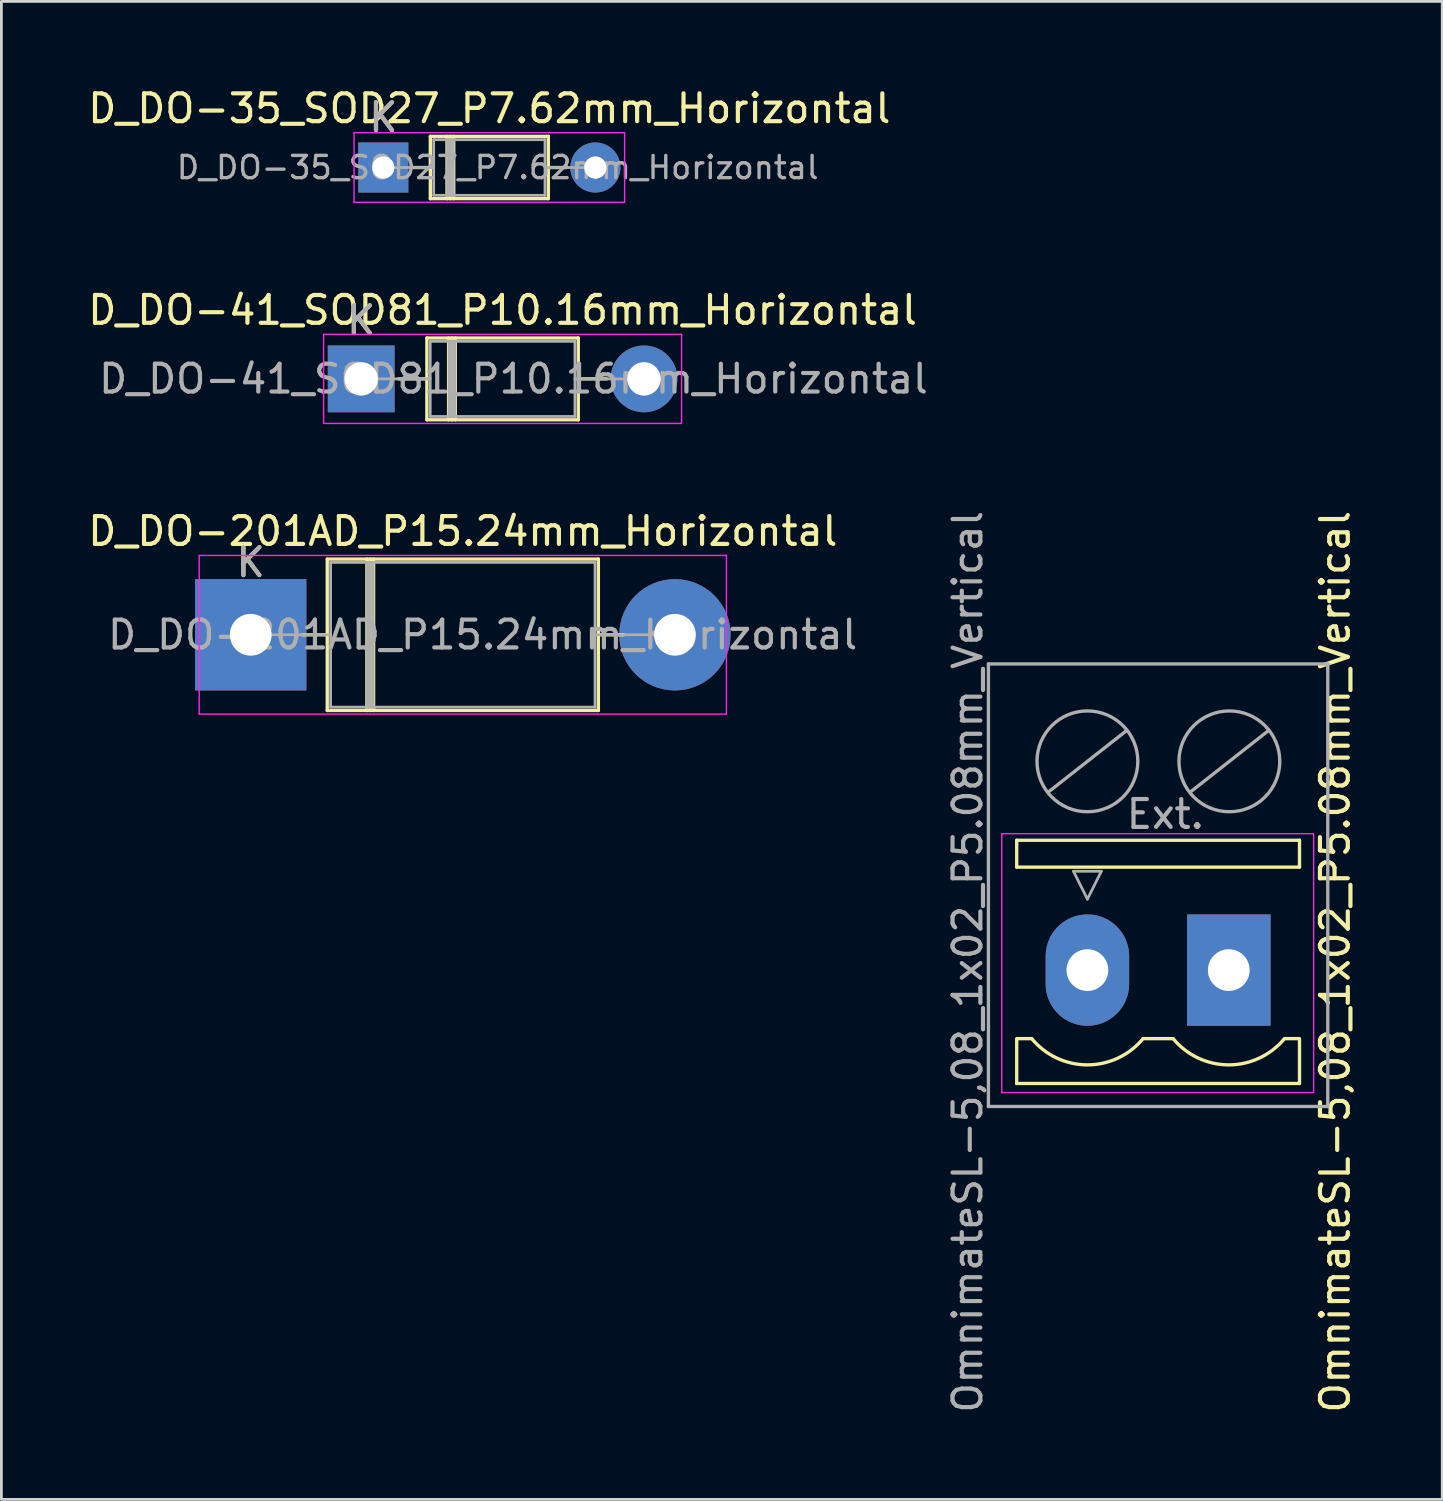
<source format=kicad_pcb>
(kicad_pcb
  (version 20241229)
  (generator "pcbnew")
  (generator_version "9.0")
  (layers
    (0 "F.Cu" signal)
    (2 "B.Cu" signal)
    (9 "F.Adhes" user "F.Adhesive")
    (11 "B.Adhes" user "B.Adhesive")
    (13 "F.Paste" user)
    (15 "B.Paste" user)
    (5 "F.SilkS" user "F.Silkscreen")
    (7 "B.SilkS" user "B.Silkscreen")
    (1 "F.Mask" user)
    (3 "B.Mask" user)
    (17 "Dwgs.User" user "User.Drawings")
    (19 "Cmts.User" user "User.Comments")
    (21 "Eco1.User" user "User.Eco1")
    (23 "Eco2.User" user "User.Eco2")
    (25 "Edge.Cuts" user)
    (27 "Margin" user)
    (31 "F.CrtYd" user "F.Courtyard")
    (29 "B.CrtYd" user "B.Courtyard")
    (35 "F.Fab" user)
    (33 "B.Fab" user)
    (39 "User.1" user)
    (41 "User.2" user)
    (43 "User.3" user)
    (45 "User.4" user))
  (footprint "D_DO-35_SOD27_P7.62mm_Horizontal"
    (layer "F.Cu")
    (at 10.72 2.968)
    (property "Reference" "D_DO-35_SOD27_P7.62mm_Horizontal" (at 3.81 -2.12 0) (layer "F.SilkS") (effects (font (size 1 1) (thickness 0.15))))
    (attr through_hole)
    (fp_line (start 1.04 0) (end 1.69 0) (stroke (width 0.12) (type solid)) (layer "F.SilkS"))
    (fp_line (start 1.69 -1.12) (end 1.69 1.12) (stroke (width 0.12) (type solid)) (layer "F.SilkS"))
    (fp_line (start 1.69 1.12) (end 5.93 1.12) (stroke (width 0.12) (type solid)) (layer "F.SilkS"))
    (fp_line (start 2.29 -1.12) (end 2.29 1.12) (stroke (width 0.12) (type solid)) (layer "F.SilkS"))
    (fp_line (start 2.41 -1.12) (end 2.41 1.12) (stroke (width 0.12) (type solid)) (layer "F.SilkS"))
    (fp_line (start 2.53 -1.12) (end 2.53 1.12) (stroke (width 0.12) (type solid)) (layer "F.SilkS"))
    (fp_line (start 5.93 -1.12) (end 1.69 -1.12) (stroke (width 0.12) (type solid)) (layer "F.SilkS"))
    (fp_line (start 5.93 1.12) (end 5.93 -1.12) (stroke (width 0.12) (type solid)) (layer "F.SilkS"))
    (fp_line (start 6.58 0) (end 5.93 0) (stroke (width 0.12) (type solid)) (layer "F.SilkS"))
    (fp_line (start -1.05 -1.25) (end -1.05 1.25) (stroke (width 0.05) (type solid)) (layer "F.CrtYd"))
    (fp_line (start -1.05 1.25) (end 8.67 1.25) (stroke (width 0.05) (type solid)) (layer "F.CrtYd"))
    (fp_line (start 8.67 -1.25) (end -1.05 -1.25) (stroke (width 0.05) (type solid)) (layer "F.CrtYd"))
    (fp_line (start 8.67 1.25) (end 8.67 -1.25) (stroke (width 0.05) (type solid)) (layer "F.CrtYd"))
    (fp_line (start 0 0) (end 1.81 0) (stroke (width 0.1) (type solid)) (layer "F.Fab"))
    (fp_line (start 1.81 -1) (end 1.81 1) (stroke (width 0.1) (type solid)) (layer "F.Fab"))
    (fp_line (start 1.81 1) (end 5.81 1) (stroke (width 0.1) (type solid)) (layer "F.Fab"))
    (fp_line (start 2.31 -1) (end 2.31 1) (stroke (width 0.1) (type solid)) (layer "F.Fab"))
    (fp_line (start 2.41 -1) (end 2.41 1) (stroke (width 0.1) (type solid)) (layer "F.Fab"))
    (fp_line (start 2.51 -1) (end 2.51 1) (stroke (width 0.1) (type solid)) (layer "F.Fab"))
    (fp_line (start 5.81 -1) (end 1.81 -1) (stroke (width 0.1) (type solid)) (layer "F.Fab"))
    (fp_line (start 5.81 1) (end 5.81 -1) (stroke (width 0.1) (type solid)) (layer "F.Fab"))
    (fp_line (start 7.62 0) (end 5.81 0) (stroke (width 0.1) (type solid)) (layer "F.Fab"))
    (fp_text user "K" (at 0 -1.8 0) (layer "F.SilkS") (effects (font (size 1 1) (thickness 0.15))))
    (fp_text user "K" (at 0 -1.8 0) (layer "F.Fab") (effects (font (size 1 1) (thickness 0.15))))
    (fp_text user "${REFERENCE}" (at 4.11 0 0) (layer "F.Fab") (effects (font (size 0.8 0.8) (thickness 0.12))))
    (pad "1" thru_hole rect (at 0 0) (size 1.8 1.8) (drill 0.8) (layers "*.Cu" "*.Mask"))
    (pad "2" thru_hole oval (at 7.62 0) (size 1.8 1.8) (drill 0.8) (layers "*.Cu" "*.Mask")))
  (footprint "OmnimateSL-5,08_1x02_P5.08mm_Vertical"
    (layer "F.Cu")
    (at 36.016 31.802)
    (property "Reference" "OmnimateSL-5,08_1x02_P5.08mm_Vertical" (at 8.9 -0.3 90) (layer "F.SilkS") (effects (font (size 1 1) (thickness 0.15))))
    (attr through_hole)
    (fp_line (start -2.54 -4.664) (end 7.62 -4.664) (stroke (width 0.12) (type solid)) (layer "F.SilkS"))
    (fp_line (start -2.54 -3.7) (end -2.54 -4.664) (stroke (width 0.12) (type solid)) (layer "F.SilkS"))
    (fp_line (start -2.54 -3.7) (end 7.62 -3.7) (stroke (width 0.12) (type solid)) (layer "F.SilkS"))
    (fp_line (start -2.54 4.072) (end -2.54 2.497) (stroke (width 0.12) (type solid)) (layer "F.SilkS"))
    (fp_line (start -2.54 4.072) (end 7.62 4.072) (stroke (width 0.12) (type solid)) (layer "F.SilkS"))
    (fp_line (start -2 2.462) (end -2.54 2.462) (stroke (width 0.12) (type solid)) (layer "F.SilkS"))
    (fp_line (start 2 2.462) (end 3.08 2.462) (stroke (width 0.12) (type solid)) (layer "F.SilkS"))
    (fp_line (start 7.62 -3.7) (end 7.62 -4.664) (stroke (width 0.12) (type solid)) (layer "F.SilkS"))
    (fp_line (start 7.62 2.462) (end 7.08 2.462) (stroke (width 0.12) (type solid)) (layer "F.SilkS"))
    (fp_line (start 7.62 4.072) (end 7.62 2.497) (stroke (width 0.12) (type solid)) (layer "F.SilkS"))
    (fp_arc (start 1.986842 2.477821) (mid -0.010289 3.404758) (end -2 2.462) (stroke (width 0.12) (type solid)) (layer "F.SilkS"))
    (fp_arc (start 7.066842 2.477821) (mid 5.069711 3.404758) (end 3.08 2.462) (stroke (width 0.12) (type solid)) (layer "F.SilkS"))
    (fp_line (start -3.076 -4.9) (end 8.1 -4.9) (stroke (width 0.05) (type solid)) (layer "F.CrtYd"))
    (fp_line (start -3.076 4.4) (end -3.076 -4.9) (stroke (width 0.05) (type solid)) (layer "F.CrtYd"))
    (fp_line (start 8.1 4.4) (end -3.076 4.4) (stroke (width 0.05) (type solid)) (layer "F.CrtYd"))
    (fp_line (start 8.128 -4.9) (end 8.128 4.4) (stroke (width 0.05) (type solid)) (layer "F.CrtYd"))
    (fp_line (start -3.556 -11) (end 8.636 -11) (stroke (width 0.12) (type solid)) (layer "F.Fab"))
    (fp_line (start -3.556 4.9) (end -3.556 -11) (stroke (width 0.12) (type solid)) (layer "F.Fab"))
    (fp_line (start -1.4 -6.4) (end 1.4 -8.6) (stroke (width 0.12) (type solid)) (layer "F.Fab"))
    (fp_line (start -0.5 -3.55) (end 0.5 -3.55) (stroke (width 0.1) (type solid)) (layer "F.Fab"))
    (fp_line (start 0 -2.55) (end -0.5 -3.55) (stroke (width 0.1) (type solid)) (layer "F.Fab"))
    (fp_line (start 0.5 -3.55) (end 0 -2.55) (stroke (width 0.1) (type solid)) (layer "F.Fab"))
    (fp_line (start 3.7 -6.4) (end 6.5 -8.6) (stroke (width 0.12) (type solid)) (layer "F.Fab"))
    (fp_line (start 8.636 -11) (end 8.636 4.9) (stroke (width 0.12) (type solid)) (layer "F.Fab"))
    (fp_line (start 8.636 4.9) (end -3.556 4.9) (stroke (width 0.12) (type solid)) (layer "F.Fab"))
    (fp_circle (center 0 -7.5) (end 1.8 -7.3) (stroke (width 0.12) (type solid)) (fill no) (layer "F.Fab"))
    (fp_circle (center 5.1 -7.5) (end 6.9 -7.3) (stroke (width 0.12) (type solid)) (fill no) (layer "F.Fab"))
    (fp_text user "Ext." (at 2.8 -5.6 180) (layer "F.Fab") (effects (font (size 1 1) (thickness 0.15))))
    (fp_text user "${REFERENCE}" (at -4.3 -0.3 90) (layer "F.Fab") (effects (font (size 1 1) (thickness 0.15))))
    (pad "1" thru_hole rect (at 5.08 0) (size 3 4) (drill 1.5) (layers "*.Cu" "*.Mask"))
    (pad "2" thru_hole oval (at 0 0) (size 3 4) (drill 1.5) (layers "*.Cu" "*.Mask")))
  (footprint "D_DO-201AD_P15.24mm_Horizontal"
    (layer "F.Cu")
    (at 5.957 19.755)
    (property "Reference" "D_DO-201AD_P15.24mm_Horizontal" (at 7.62 -3.72 0) (layer "F.SilkS") (effects (font (size 1 1) (thickness 0.15))))
    (attr through_hole)
    (fp_line (start 1.84 0) (end 2.75 0) (stroke (width 0.12) (type solid)) (layer "F.SilkS"))
    (fp_line (start 2.75 -2.72) (end 2.75 2.72) (stroke (width 0.12) (type solid)) (layer "F.SilkS"))
    (fp_line (start 2.75 2.72) (end 12.49 2.72) (stroke (width 0.12) (type solid)) (layer "F.SilkS"))
    (fp_line (start 4.175 -2.72) (end 4.175 2.72) (stroke (width 0.12) (type solid)) (layer "F.SilkS"))
    (fp_line (start 4.295 -2.72) (end 4.295 2.72) (stroke (width 0.12) (type solid)) (layer "F.SilkS"))
    (fp_line (start 4.415 -2.72) (end 4.415 2.72) (stroke (width 0.12) (type solid)) (layer "F.SilkS"))
    (fp_line (start 12.49 -2.72) (end 2.75 -2.72) (stroke (width 0.12) (type solid)) (layer "F.SilkS"))
    (fp_line (start 12.49 2.72) (end 12.49 -2.72) (stroke (width 0.12) (type solid)) (layer "F.SilkS"))
    (fp_line (start 13.4 0) (end 12.49 0) (stroke (width 0.12) (type solid)) (layer "F.SilkS"))
    (fp_line (start -1.85 -2.85) (end -1.85 2.85) (stroke (width 0.05) (type solid)) (layer "F.CrtYd"))
    (fp_line (start -1.85 2.85) (end 17.09 2.85) (stroke (width 0.05) (type solid)) (layer "F.CrtYd"))
    (fp_line (start 17.09 -2.85) (end -1.85 -2.85) (stroke (width 0.05) (type solid)) (layer "F.CrtYd"))
    (fp_line (start 17.09 2.85) (end 17.09 -2.85) (stroke (width 0.05) (type solid)) (layer "F.CrtYd"))
    (fp_line (start 0 0) (end 2.87 0) (stroke (width 0.1) (type solid)) (layer "F.Fab"))
    (fp_line (start 2.87 -2.6) (end 2.87 2.6) (stroke (width 0.1) (type solid)) (layer "F.Fab"))
    (fp_line (start 2.87 2.6) (end 12.37 2.6) (stroke (width 0.1) (type solid)) (layer "F.Fab"))
    (fp_line (start 4.195 -2.6) (end 4.195 2.6) (stroke (width 0.1) (type solid)) (layer "F.Fab"))
    (fp_line (start 4.295 -2.6) (end 4.295 2.6) (stroke (width 0.1) (type solid)) (layer "F.Fab"))
    (fp_line (start 4.395 -2.6) (end 4.395 2.6) (stroke (width 0.1) (type solid)) (layer "F.Fab"))
    (fp_line (start 12.37 -2.6) (end 2.87 -2.6) (stroke (width 0.1) (type solid)) (layer "F.Fab"))
    (fp_line (start 12.37 2.6) (end 12.37 -2.6) (stroke (width 0.1) (type solid)) (layer "F.Fab"))
    (fp_line (start 15.24 0) (end 12.37 0) (stroke (width 0.1) (type solid)) (layer "F.Fab"))
    (fp_text user "K" (at 0 -2.6 0) (layer "F.SilkS") (effects (font (size 1 1) (thickness 0.15))))
    (fp_text user "${REFERENCE}" (at 8.332 0 0) (layer "F.Fab") (effects (font (size 1 1) (thickness 0.15))))
    (fp_text user "K" (at 0 -2.6 0) (layer "F.Fab") (effects (font (size 1 1) (thickness 0.15))))
    (pad "1" thru_hole rect (at 0 0) (size 4 4) (drill 1.5) (layers "*.Cu" "*.Mask"))
    (pad "2" thru_hole oval (at 15.24 0) (size 4 4) (drill 1.5) (layers "*.Cu" "*.Mask")))
  (footprint "D_DO-41_SOD81_P10.16mm_Horizontal"
    (layer "F.Cu")
    (at 9.926 10.562)
    (property "Reference" "D_DO-41_SOD81_P10.16mm_Horizontal" (at 5.08 -2.47 0) (layer "F.SilkS") (effects (font (size 1 1) (thickness 0.15))))
    (attr through_hole)
    (fp_line (start 1.34 0) (end 2.36 0) (stroke (width 0.12) (type solid)) (layer "F.SilkS"))
    (fp_line (start 2.36 -1.47) (end 2.36 1.47) (stroke (width 0.12) (type solid)) (layer "F.SilkS"))
    (fp_line (start 2.36 1.47) (end 7.8 1.47) (stroke (width 0.12) (type solid)) (layer "F.SilkS"))
    (fp_line (start 3.14 -1.47) (end 3.14 1.47) (stroke (width 0.12) (type solid)) (layer "F.SilkS"))
    (fp_line (start 3.26 -1.47) (end 3.26 1.47) (stroke (width 0.12) (type solid)) (layer "F.SilkS"))
    (fp_line (start 3.38 -1.47) (end 3.38 1.47) (stroke (width 0.12) (type solid)) (layer "F.SilkS"))
    (fp_line (start 7.8 -1.47) (end 2.36 -1.47) (stroke (width 0.12) (type solid)) (layer "F.SilkS"))
    (fp_line (start 7.8 1.47) (end 7.8 -1.47) (stroke (width 0.12) (type solid)) (layer "F.SilkS"))
    (fp_line (start 8.82 0) (end 7.8 0) (stroke (width 0.12) (type solid)) (layer "F.SilkS"))
    (fp_line (start -1.35 -1.6) (end -1.35 1.6) (stroke (width 0.05) (type solid)) (layer "F.CrtYd"))
    (fp_line (start -1.35 1.6) (end 11.51 1.6) (stroke (width 0.05) (type solid)) (layer "F.CrtYd"))
    (fp_line (start 11.51 -1.6) (end -1.35 -1.6) (stroke (width 0.05) (type solid)) (layer "F.CrtYd"))
    (fp_line (start 11.51 1.6) (end 11.51 -1.6) (stroke (width 0.05) (type solid)) (layer "F.CrtYd"))
    (fp_line (start 0 0) (end 2.48 0) (stroke (width 0.1) (type solid)) (layer "F.Fab"))
    (fp_line (start 2.48 -1.35) (end 2.48 1.35) (stroke (width 0.1) (type solid)) (layer "F.Fab"))
    (fp_line (start 2.48 1.35) (end 7.68 1.35) (stroke (width 0.1) (type solid)) (layer "F.Fab"))
    (fp_line (start 3.16 -1.35) (end 3.16 1.35) (stroke (width 0.1) (type solid)) (layer "F.Fab"))
    (fp_line (start 3.26 -1.35) (end 3.26 1.35) (stroke (width 0.1) (type solid)) (layer "F.Fab"))
    (fp_line (start 3.36 -1.35) (end 3.36 1.35) (stroke (width 0.1) (type solid)) (layer "F.Fab"))
    (fp_line (start 7.68 -1.35) (end 2.48 -1.35) (stroke (width 0.1) (type solid)) (layer "F.Fab"))
    (fp_line (start 7.68 1.35) (end 7.68 -1.35) (stroke (width 0.1) (type solid)) (layer "F.Fab"))
    (fp_line (start 10.16 0) (end 7.68 0) (stroke (width 0.1) (type solid)) (layer "F.Fab"))
    (fp_text user "K" (at 0 -2.1 0) (layer "F.SilkS") (effects (font (size 1 1) (thickness 0.15))))
    (fp_text user "${REFERENCE}" (at 5.47 0 0) (layer "F.Fab") (effects (font (size 1 1) (thickness 0.15))))
    (fp_text user "K" (at 0 -2.1 0) (layer "F.Fab") (effects (font (size 1 1) (thickness 0.15))))
    (pad "1" thru_hole rect (at 0 0) (size 2.4 2.4) (drill 1.2) (layers "*.Cu" "*.Mask"))
    (pad "2" thru_hole oval (at 10.16 0) (size 2.4 2.4) (drill 1.2) (layers "*.Cu" "*.Mask")))
  (gr_rect
    (start -3 -3)
    (end 48.764 50.817)
    (stroke (width 0.1) (type default))
    (fill no)
    (layer "Edge.Cuts")))
</source>
